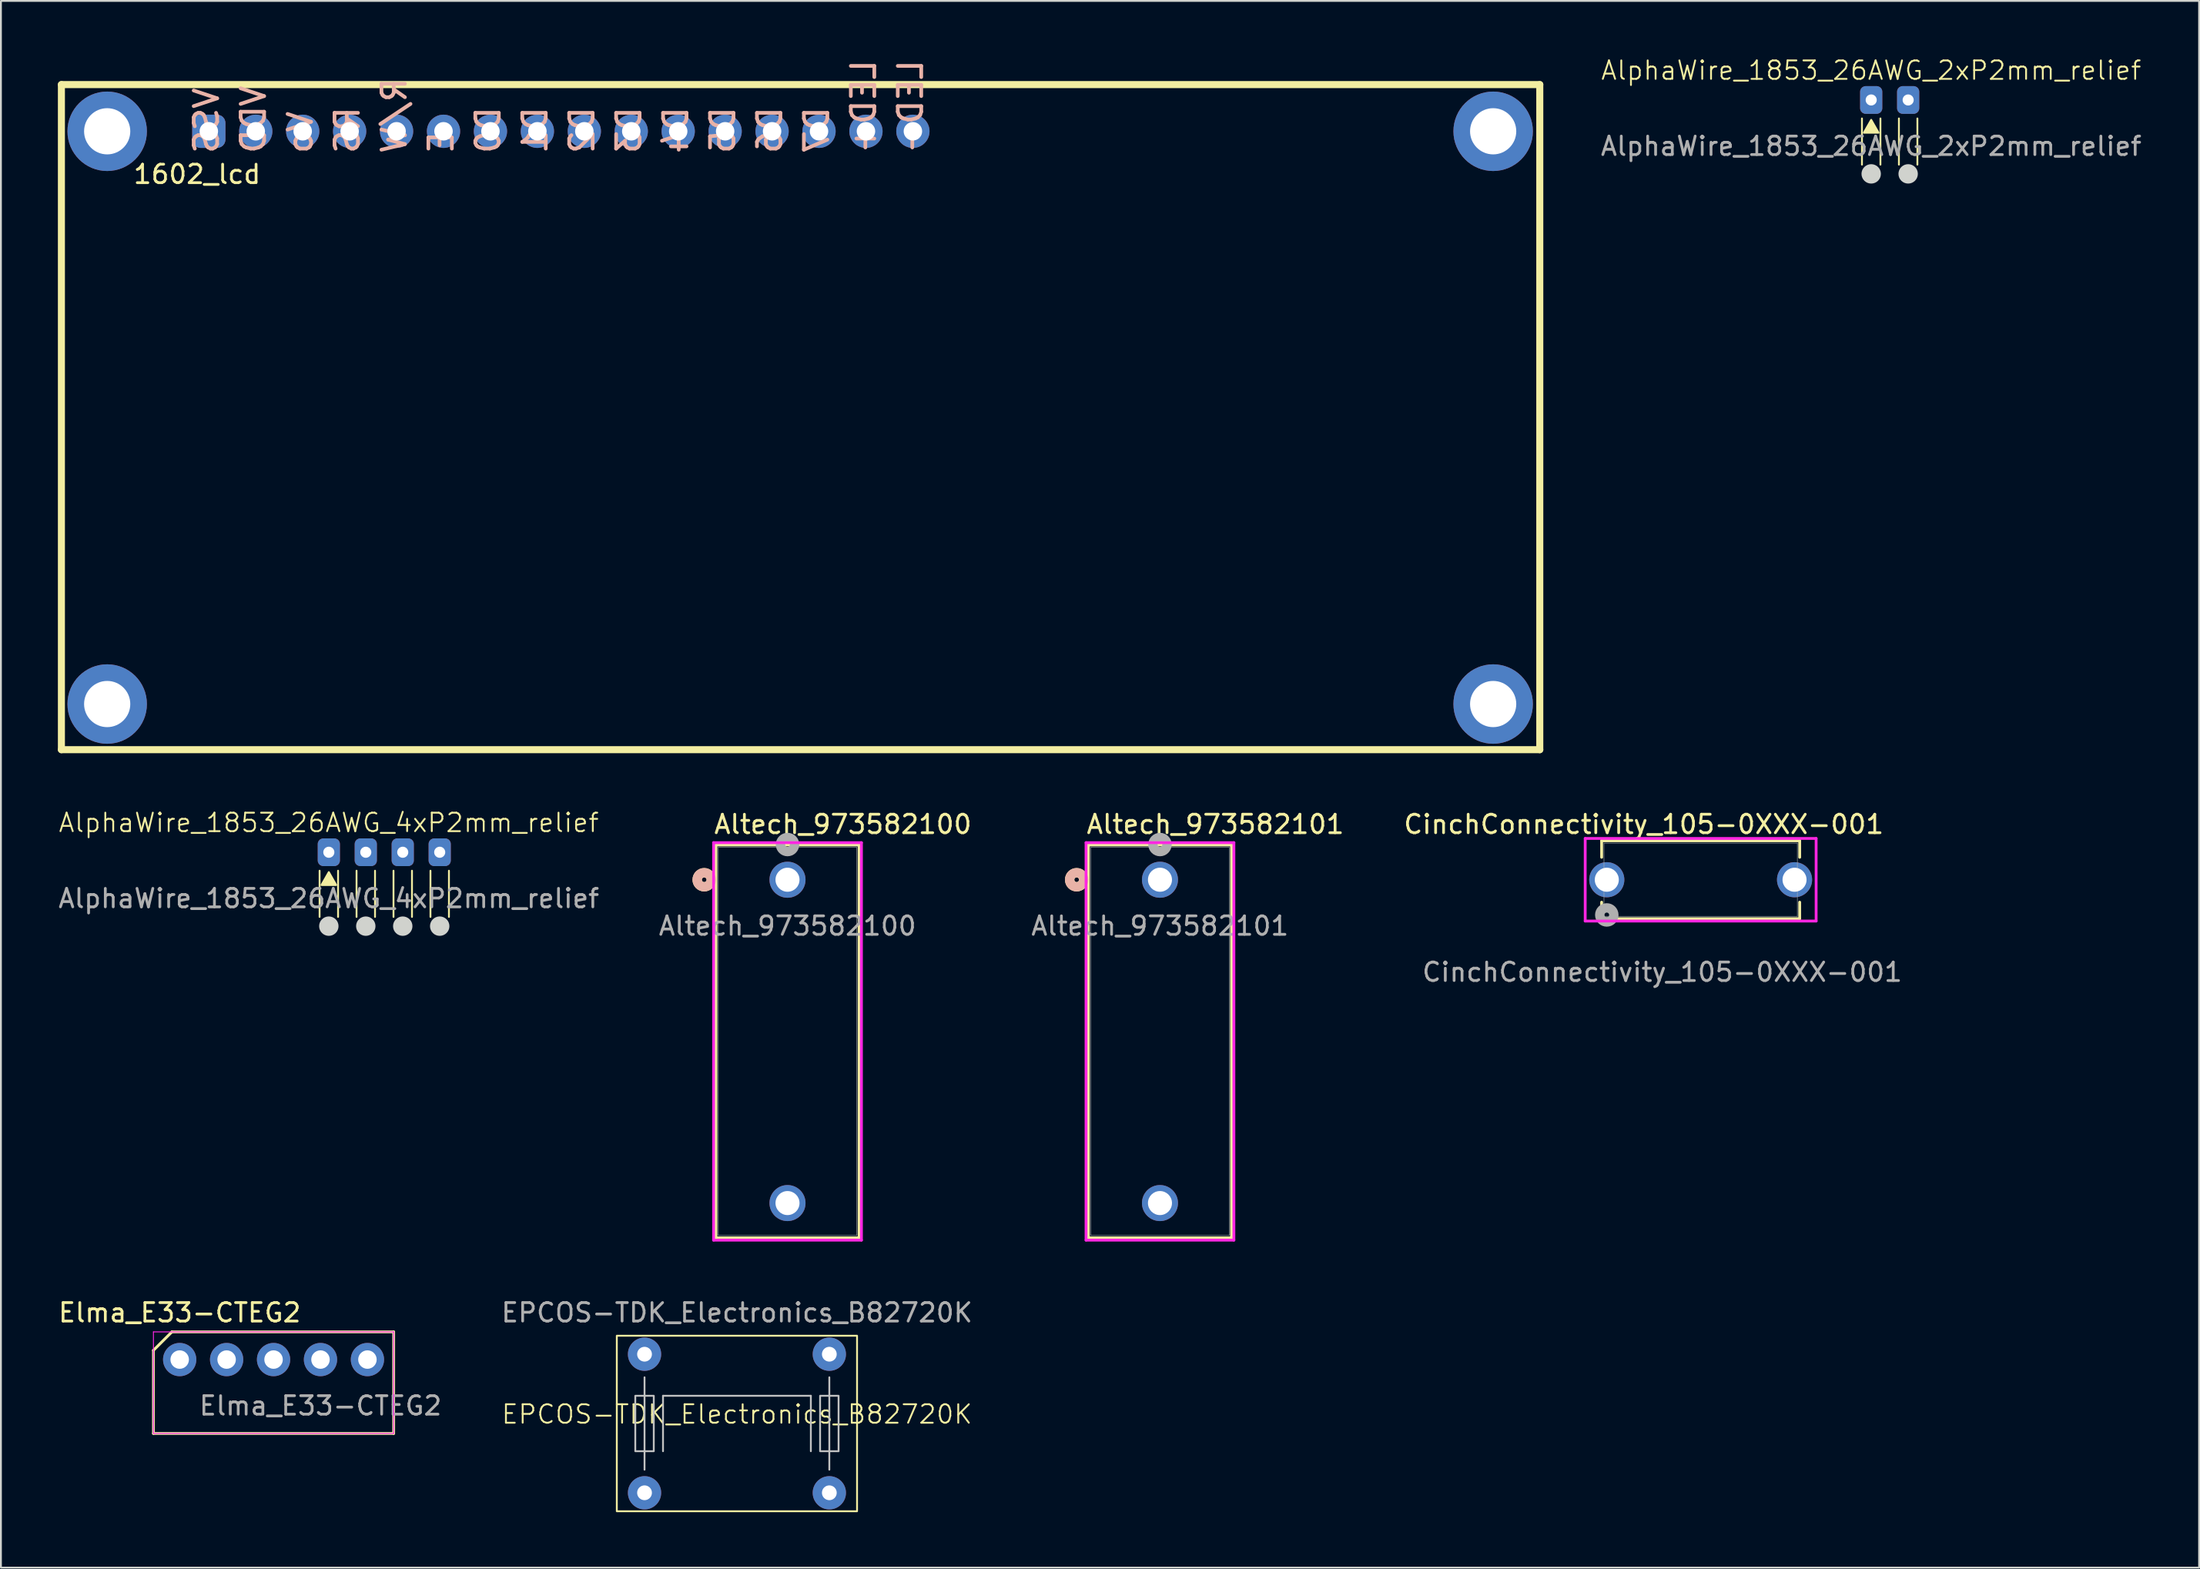
<source format=kicad_pcb>
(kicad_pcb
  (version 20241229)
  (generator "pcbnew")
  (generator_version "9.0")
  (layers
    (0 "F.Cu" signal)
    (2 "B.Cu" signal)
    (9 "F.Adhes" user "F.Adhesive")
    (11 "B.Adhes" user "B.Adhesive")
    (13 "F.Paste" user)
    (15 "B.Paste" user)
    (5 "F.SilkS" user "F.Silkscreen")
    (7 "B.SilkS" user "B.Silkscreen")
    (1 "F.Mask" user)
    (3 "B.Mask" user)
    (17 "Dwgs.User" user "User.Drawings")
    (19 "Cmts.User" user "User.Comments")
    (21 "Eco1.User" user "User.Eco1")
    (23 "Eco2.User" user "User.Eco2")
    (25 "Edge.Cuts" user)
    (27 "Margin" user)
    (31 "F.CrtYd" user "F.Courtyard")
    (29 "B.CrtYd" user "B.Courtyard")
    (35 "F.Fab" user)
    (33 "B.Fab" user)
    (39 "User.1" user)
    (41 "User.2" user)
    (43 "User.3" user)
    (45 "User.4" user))
  (footprint "AlphaWire_1853_26AWG_2xP2mm_relief"
    (layer "F.Cu")
    (at 98.207 2.361)
    (property "Reference" "AlphaWire_1853_26AWG_2xP2mm_relief" (at 0 -1.6 0) (unlocked yes) (layer "F.SilkS") (effects (font (size 1 1) (thickness 0.1))))
    (attr through_hole)
    (fp_line (start -0.5 1) (end -0.5 3.5) (stroke (width 0.1) (type default)) (layer "F.SilkS"))
    (fp_line (start 0.5 1) (end 0.5 3.5) (stroke (width 0.1) (type default)) (layer "F.SilkS"))
    (fp_line (start 1.5 1) (end 1.5 3.5) (stroke (width 0.1) (type default)) (layer "F.SilkS"))
    (fp_line (start 2.5 1) (end 2.5 3.5) (stroke (width 0.1) (type default)) (layer "F.SilkS"))
    (fp_poly (pts (xy -0.4 1.774) (xy 0.4 1.774) (xy 0 1.074)) (stroke (width 0.1) (type solid)) (fill yes) (layer "F.SilkS"))
    (fp_circle (center 0 4) (end 0.5 4) (stroke (width 0.05) (type solid)) (fill yes) (layer "Edge.Cuts"))
    (fp_circle (center 2 4) (end 2.5 4) (stroke (width 0.05) (type solid)) (fill yes) (layer "Edge.Cuts"))
    (fp_text user "${REFERENCE}" (at 0 2.5 0) (unlocked yes) (layer "F.Fab") (effects (font (size 1 1) (thickness 0.15))))
    (pad "1" thru_hole roundrect (at 0 0) (size 1.2 1.5) (drill 0.6) (layers "*.Cu" "*.Mask") (roundrect_rratio 0.25))
    (pad "2" thru_hole roundrect (at 2 0) (size 1.2 1.5) (drill 0.6) (layers "*.Cu" "*.Mask") (roundrect_rratio 0.25)))
  (footprint "Altech_973582100"
    (layer "F.Cu")
    (at 39.565 44.566)
    (property "Reference" "Altech_973582100" (at 3 -3 0) (unlocked yes) (layer "F.SilkS") (effects (font (size 1 1) (thickness 0.15))))
    (attr through_hole)
    (fp_line (start -3.873 -1.88) (end -3.873 19.38) (stroke (width 0.152) (type solid)) (layer "F.SilkS"))
    (fp_line (start -3.873 19.38) (end 3.873 19.38) (stroke (width 0.152) (type solid)) (layer "F.SilkS"))
    (fp_line (start 3.873 -1.88) (end -3.873 -1.88) (stroke (width 0.152) (type solid)) (layer "F.SilkS"))
    (fp_line (start 3.873 19.38) (end 3.873 -1.88) (stroke (width 0.152) (type solid)) (layer "F.SilkS"))
    (fp_circle (center -4.508 0) (end -4.128 0) (stroke (width 0.508) (type solid)) (fill no) (layer "F.SilkS"))
    (fp_circle (center -4.508 0) (end -4.128 0) (stroke (width 0.508) (type solid)) (fill no) (layer "B.SilkS"))
    (fp_line (start -4 -2.007) (end -4 19.507) (stroke (width 0.152) (type solid)) (layer "F.CrtYd"))
    (fp_line (start -4 19.507) (end 4 19.507) (stroke (width 0.152) (type solid)) (layer "F.CrtYd"))
    (fp_line (start 4 -2.007) (end -4 -2.007) (stroke (width 0.152) (type solid)) (layer "F.CrtYd"))
    (fp_line (start 4 19.507) (end 4 -2.007) (stroke (width 0.152) (type solid)) (layer "F.CrtYd"))
    (fp_line (start -3.747 -1.753) (end -3.747 19.253) (stroke (width 0.025) (type solid)) (layer "F.Fab"))
    (fp_line (start -3.747 19.253) (end 3.747 19.253) (stroke (width 0.025) (type solid)) (layer "F.Fab"))
    (fp_line (start 3.747 -1.753) (end -3.747 -1.753) (stroke (width 0.025) (type solid)) (layer "F.Fab"))
    (fp_line (start 3.747 19.253) (end 3.747 -1.753) (stroke (width 0.025) (type solid)) (layer "F.Fab"))
    (fp_circle (center 0 -1.905) (end 0.381 -1.905) (stroke (width 0.508) (type solid)) (fill no) (layer "F.Fab"))
    (fp_text user "${REFERENCE}" (at 0 2.5 0) (unlocked yes) (layer "F.Fab") (effects (font (size 1 1) (thickness 0.15))))
    (pad "1" thru_hole circle (at 0 0) (size 1.95 1.95) (drill 1.3) (layers "*.Cu" "*.Mask"))
    (pad "2" thru_hole circle (at 0 17.5) (size 1.95 1.95) (drill 1.3) (layers "*.Cu" "*.Mask")))
  (footprint "AlphaWire_1853_26AWG_4xP2mm_relief"
    (layer "F.Cu")
    (at 14.744 43.078)
    (property "Reference" "AlphaWire_1853_26AWG_4xP2mm_relief" (at 0 -1.6 0) (unlocked yes) (layer "F.SilkS") (effects (font (size 1 1) (thickness 0.1))))
    (attr through_hole)
    (fp_line (start -0.5 1) (end -0.5 3.5) (stroke (width 0.1) (type default)) (layer "F.SilkS"))
    (fp_line (start 0.5 1) (end 0.5 3.5) (stroke (width 0.1) (type default)) (layer "F.SilkS"))
    (fp_line (start 1.5 1) (end 1.5 3.5) (stroke (width 0.1) (type default)) (layer "F.SilkS"))
    (fp_line (start 2.5 1) (end 2.5 3.5) (stroke (width 0.1) (type default)) (layer "F.SilkS"))
    (fp_line (start 3.5 1) (end 3.5 3.5) (stroke (width 0.1) (type default)) (layer "F.SilkS"))
    (fp_line (start 4.5 1) (end 4.5 3.5) (stroke (width 0.1) (type default)) (layer "F.SilkS"))
    (fp_line (start 5.5 1) (end 5.5 3.5) (stroke (width 0.1) (type default)) (layer "F.SilkS"))
    (fp_line (start 6.5 1) (end 6.5 3.5) (stroke (width 0.1) (type default)) (layer "F.SilkS"))
    (fp_poly (pts (xy -0.4 1.774) (xy 0.4 1.774) (xy 0 1.074)) (stroke (width 0.1) (type solid)) (fill yes) (layer "F.SilkS"))
    (fp_circle (center 0 4) (end 0.5 4) (stroke (width 0.05) (type solid)) (fill yes) (layer "Edge.Cuts"))
    (fp_circle (center 2 4) (end 2.5 4) (stroke (width 0.05) (type solid)) (fill yes) (layer "Edge.Cuts"))
    (fp_circle (center 4 4) (end 4.5 4) (stroke (width 0.05) (type solid)) (fill yes) (layer "Edge.Cuts"))
    (fp_circle (center 6 4) (end 6.5 4) (stroke (width 0.05) (type solid)) (fill yes) (layer "Edge.Cuts"))
    (fp_text user "${REFERENCE}" (at 0 2.5 0) (unlocked yes) (layer "F.Fab") (effects (font (size 1 1) (thickness 0.15))))
    (pad "1" thru_hole roundrect (at 0 0) (size 1.2 1.5) (drill 0.6) (layers "*.Cu" "*.Mask") (roundrect_rratio 0.25))
    (pad "2" thru_hole roundrect (at 2 0) (size 1.2 1.5) (drill 0.6) (layers "*.Cu" "*.Mask") (roundrect_rratio 0.25))
    (pad "3" thru_hole roundrect (at 4 0) (size 1.2 1.5) (drill 0.6) (layers "*.Cu" "*.Mask") (roundrect_rratio 0.25))
    (pad "4" thru_hole roundrect (at 6 0) (size 1.2 1.5) (drill 0.6) (layers "*.Cu" "*.Mask") (roundrect_rratio 0.25)))
  (footprint "Altech_973582101"
    (layer "F.Cu")
    (at 59.72 44.566)
    (property "Reference" "Altech_973582101" (at 3 -3 0) (unlocked yes) (layer "F.SilkS") (effects (font (size 1 1) (thickness 0.15))))
    (attr through_hole)
    (fp_line (start -3.873 -1.88) (end -3.873 19.38) (stroke (width 0.152) (type solid)) (layer "F.SilkS"))
    (fp_line (start -3.873 19.38) (end 3.873 19.38) (stroke (width 0.152) (type solid)) (layer "F.SilkS"))
    (fp_line (start 3.873 -1.88) (end -3.873 -1.88) (stroke (width 0.152) (type solid)) (layer "F.SilkS"))
    (fp_line (start 3.873 19.38) (end 3.873 -1.88) (stroke (width 0.152) (type solid)) (layer "F.SilkS"))
    (fp_circle (center -4.508 0) (end -4.128 0) (stroke (width 0.508) (type solid)) (fill no) (layer "F.SilkS"))
    (fp_circle (center -4.508 0) (end -4.128 0) (stroke (width 0.508) (type solid)) (fill no) (layer "B.SilkS"))
    (fp_line (start -4 -2.007) (end -4 19.507) (stroke (width 0.152) (type solid)) (layer "F.CrtYd"))
    (fp_line (start -4 19.507) (end 4 19.507) (stroke (width 0.152) (type solid)) (layer "F.CrtYd"))
    (fp_line (start 4 -2.007) (end -4 -2.007) (stroke (width 0.152) (type solid)) (layer "F.CrtYd"))
    (fp_line (start 4 19.507) (end 4 -2.007) (stroke (width 0.152) (type solid)) (layer "F.CrtYd"))
    (fp_line (start -3.747 -1.753) (end -3.747 19.253) (stroke (width 0.025) (type solid)) (layer "F.Fab"))
    (fp_line (start -3.747 19.253) (end 3.747 19.253) (stroke (width 0.025) (type solid)) (layer "F.Fab"))
    (fp_line (start 3.747 -1.753) (end -3.747 -1.753) (stroke (width 0.025) (type solid)) (layer "F.Fab"))
    (fp_line (start 3.747 19.253) (end 3.747 -1.753) (stroke (width 0.025) (type solid)) (layer "F.Fab"))
    (fp_circle (center 0 -1.905) (end 0.381 -1.905) (stroke (width 0.508) (type solid)) (fill no) (layer "F.Fab"))
    (fp_text user "${REFERENCE}" (at 0 2.5 0) (unlocked yes) (layer "F.Fab") (effects (font (size 1 1) (thickness 0.15))))
    (pad "1" thru_hole circle (at 0 0) (size 1.95 1.95) (drill 1.3) (layers "*.Cu" "*.Mask"))
    (pad "2" thru_hole circle (at 0 17.5) (size 1.95 1.95) (drill 1.3) (layers "*.Cu" "*.Mask")))
  (footprint "Elma_E33-CTEG2"
    (layer "F.Cu")
    (at 11.753 70.537)
    (property "Reference" "Elma_E33-CTEG2" (at -5.08 -2.54 0) (unlocked yes) (layer "F.SilkS") (effects (font (size 1 1) (thickness 0.15))))
    (attr through_hole)
    (fp_line (start -6.5 -0.5) (end -6.5 4) (stroke (width 0.15) (type solid)) (layer "F.SilkS"))
    (fp_line (start -6.5 -0.5) (end -5.5 -1.5) (stroke (width 0.15) (type solid)) (layer "F.SilkS"))
    (fp_line (start -5.5 -1.5) (end 6.5 -1.5) (stroke (width 0.15) (type solid)) (layer "F.SilkS"))
    (fp_line (start 6.5 -1.5) (end 6.5 4) (stroke (width 0.15) (type solid)) (layer "F.SilkS"))
    (fp_line (start 6.5 4) (end -6.5 4) (stroke (width 0.15) (type solid)) (layer "F.SilkS"))
    (fp_line (start -6.5 -1.5) (end -6.5 4) (stroke (width 0.05) (type default)) (layer "F.CrtYd"))
    (fp_line (start -6.5 4) (end 6.5 4) (stroke (width 0.05) (type default)) (layer "F.CrtYd"))
    (fp_line (start 6.5 -1.5) (end -6.5 -1.5) (stroke (width 0.05) (type default)) (layer "F.CrtYd"))
    (fp_line (start 6.5 4) (end 6.5 -1.5) (stroke (width 0.05) (type default)) (layer "F.CrtYd"))
    (fp_text user "${REFERENCE}" (at 2.54 2.5 0) (unlocked yes) (layer "F.Fab") (effects (font (size 1 1) (thickness 0.15))))
    (pad "A" thru_hole circle (at 5.08 0) (size 1.8 1.8) (drill 1) (layers "*.Cu" "*.Mask"))
    (pad "B" thru_hole circle (at -5.08 0) (size 1.8 1.8) (drill 1) (layers "*.Cu" "*.Mask"))
    (pad "C" thru_hole circle (at 2.54 0) (size 1.8 1.8) (drill 1) (layers "*.Cu" "*.Mask"))
    (pad "S1" thru_hole circle (at -2.54 0) (size 1.8 1.8) (drill 1) (layers "*.Cu" "*.Mask"))
    (pad "S2" thru_hole circle (at 0 0) (size 1.8 1.8) (drill 1) (layers "*.Cu" "*.Mask")))
  (footprint "1602_lcd"
    (layer "F.Cu")
    (at 0.25 1.556)
    (property "Reference" "1602_lcd" (at 7.366 4.826 0) (layer "F.SilkS") (effects (font (size 1 1) (thickness 0.15))))
    (attr through_hole)
    (fp_line (start 0.023 -0.028) (end 80.023 -0.028) (stroke (width 0.381) (type solid)) (layer "F.SilkS"))
    (fp_line (start 0.023 35.971) (end 0.023 -0.028) (stroke (width 0.381) (type solid)) (layer "F.SilkS"))
    (fp_line (start 80.023 -0.028) (end 80.023 35.971) (stroke (width 0.381) (type solid)) (layer "F.SilkS"))
    (fp_line (start 80.023 35.971) (end 0.023 35.971) (stroke (width 0.381) (type solid)) (layer "F.SilkS"))
    (fp_text user "Vo" (at 12.954 3.81 270) (layer "B.SilkS") (effects (font (size 1.27 1.27) (thickness 0.2)) (justify right mirror)))
    (fp_text user "D4" (at 33.274 3.81 270) (layer "B.SilkS") (effects (font (size 1.27 1.27) (thickness 0.2)) (justify right mirror)))
    (fp_text user "VDD" (at 10.414 3.81 270) (layer "B.SilkS") (effects (font (size 1.27 1.27) (thickness 0.2)) (justify right mirror)))
    (fp_text user "D5" (at 35.814 3.81 270) (layer "B.SilkS") (effects (font (size 1.27 1.27) (thickness 0.2)) (justify right mirror)))
    (fp_text user "LED-" (at 45.974 3.81 270) (layer "B.SilkS") (effects (font (size 1.27 1.27) (thickness 0.2)) (justify right mirror)))
    (fp_text user "D6" (at 38.354 3.81 270) (layer "B.SilkS") (effects (font (size 1.27 1.27) (thickness 0.2)) (justify right mirror)))
    (fp_text user "VSS" (at 7.874 3.81 90) (layer "B.SilkS") (effects (font (size 1.27 1.27) (thickness 0.2)) (justify right mirror)))
    (fp_text user "RS" (at 15.494 3.81 270) (layer "B.SilkS") (effects (font (size 1.27 1.27) (thickness 0.2)) (justify right mirror)))
    (fp_text user "R/W" (at 18.034 3.81 270) (layer "B.SilkS") (effects (font (size 1.27 1.27) (thickness 0.2)) (justify right mirror)))
    (fp_text user "D0" (at 23.114 3.81 270) (layer "B.SilkS") (effects (font (size 1.27 1.27) (thickness 0.2)) (justify right mirror)))
    (fp_text user "LED+" (at 43.434 3.81 270) (layer "B.SilkS") (effects (font (size 1.27 1.27) (thickness 0.2)) (justify right mirror)))
    (fp_text user "D3" (at 30.734 3.81 270) (layer "B.SilkS") (effects (font (size 1.27 1.27) (thickness 0.2)) (justify right mirror)))
    (fp_text user "E" (at 20.574 3.81 270) (layer "B.SilkS") (effects (font (size 1.27 1.27) (thickness 0.2)) (justify right mirror)))
    (fp_text user "D7" (at 40.894 3.81 270) (layer "B.SilkS") (effects (font (size 1.27 1.27) (thickness 0.2)) (justify right mirror)))
    (fp_text user "D2" (at 28.194 3.81 270) (layer "B.SilkS") (effects (font (size 1.27 1.27) (thickness 0.2)) (justify right mirror)))
    (fp_text user "D1" (at 25.654 3.81 270) (layer "B.SilkS") (effects (font (size 1.27 1.27) (thickness 0.2)) (justify right mirror)))
    (pad "" thru_hole circle (at 2.5 2.5) (size 4.3 4.3) (drill 2.5) (layers "*.Cu" "*.Mask"))
    (pad "" thru_hole circle (at 2.5 33.5) (size 4.3 4.3) (drill 2.5) (layers "*.Cu" "*.Mask"))
    (pad "" thru_hole circle (at 77.5 2.5) (size 4.3 4.3) (drill 2.5) (layers "*.Cu" "*.Mask"))
    (pad "" thru_hole circle (at 77.5 33.5) (size 4.3 4.3) (drill 2.5) (layers "*.Cu" "*.Mask"))
    (pad "1" thru_hole roundrect (at 8 2.5) (size 1.8 1.8) (drill 1) (layers "*.Cu" "*.Mask") (roundrect_rratio 0.25))
    (pad "2" thru_hole circle (at 10.54 2.5) (size 1.8 1.8) (drill 1) (layers "*.Cu" "*.Mask"))
    (pad "3" thru_hole circle (at 13.08 2.5) (size 1.8 1.8) (drill 1) (layers "*.Cu" "*.Mask"))
    (pad "4" thru_hole circle (at 15.62 2.5) (size 1.8 1.8) (drill 1) (layers "*.Cu" "*.Mask"))
    (pad "5" thru_hole circle (at 18.16 2.5) (size 1.8 1.8) (drill 1) (layers "*.Cu" "*.Mask"))
    (pad "6" thru_hole circle (at 20.7 2.5) (size 1.8 1.8) (drill 1) (layers "*.Cu" "*.Mask"))
    (pad "7" thru_hole circle (at 23.24 2.5) (size 1.8 1.8) (drill 1) (layers "*.Cu" "*.Mask"))
    (pad "8" thru_hole circle (at 25.78 2.5) (size 1.8 1.8) (drill 1) (layers "*.Cu" "*.Mask"))
    (pad "9" thru_hole circle (at 28.32 2.5) (size 1.8 1.8) (drill 1) (layers "*.Cu" "*.Mask"))
    (pad "10" thru_hole circle (at 30.86 2.5) (size 1.8 1.8) (drill 1) (layers "*.Cu" "*.Mask"))
    (pad "11" thru_hole circle (at 33.4 2.5) (size 1.8 1.8) (drill 1) (layers "*.Cu" "*.Mask"))
    (pad "12" thru_hole circle (at 35.94 2.5) (size 1.8 1.8) (drill 1) (layers "*.Cu" "*.Mask"))
    (pad "13" thru_hole circle (at 38.48 2.5) (size 1.8 1.8) (drill 1) (layers "*.Cu" "*.Mask"))
    (pad "14" thru_hole circle (at 41.02 2.5) (size 1.8 1.8) (drill 1) (layers "*.Cu" "*.Mask"))
    (pad "15" thru_hole circle (at 43.56 2.5) (size 1.8 1.8) (drill 1) (layers "*.Cu" "*.Mask"))
    (pad "16" thru_hole circle (at 46.1 2.5) (size 1.8 1.8) (drill 1) (layers "*.Cu" "*.Mask")))
  (footprint "CinchConnectivity_105-0XXX-001"
    (layer "F.Cu")
    (at 83.899 44.566)
    (property "Reference" "CinchConnectivity_105-0XXX-001" (at 2 -3 0) (unlocked yes) (layer "F.SilkS") (effects (font (size 1 1) (thickness 0.15))))
    (attr through_hole)
    (fp_line (start -0.279 -2.108) (end -0.279 -1.215) (stroke (width 0.152) (type solid)) (layer "F.SilkS"))
    (fp_line (start -0.279 1.215) (end -0.279 2.108) (stroke (width 0.152) (type solid)) (layer "F.SilkS"))
    (fp_line (start -0.279 2.108) (end 10.439 2.108) (stroke (width 0.152) (type solid)) (layer "F.SilkS"))
    (fp_line (start 10.439 -2.108) (end -0.279 -2.108) (stroke (width 0.152) (type solid)) (layer "F.SilkS"))
    (fp_line (start 10.439 -1.215) (end 10.439 -2.108) (stroke (width 0.152) (type solid)) (layer "F.SilkS"))
    (fp_line (start 10.439 2.108) (end 10.439 1.215) (stroke (width 0.152) (type solid)) (layer "F.SilkS"))
    (fp_line (start -1.168 -2.235) (end -1.168 2.235) (stroke (width 0.152) (type solid)) (layer "F.CrtYd"))
    (fp_line (start -1.168 2.235) (end 11.328 2.235) (stroke (width 0.152) (type solid)) (layer "F.CrtYd"))
    (fp_line (start 11.328 -2.235) (end -1.168 -2.235) (stroke (width 0.152) (type solid)) (layer "F.CrtYd"))
    (fp_line (start 11.328 2.235) (end 11.328 -2.235) (stroke (width 0.152) (type solid)) (layer "F.CrtYd"))
    (fp_line (start -0.152 -1.981) (end -0.152 1.981) (stroke (width 0.025) (type solid)) (layer "F.Fab"))
    (fp_line (start -0.152 1.981) (end 10.312 1.981) (stroke (width 0.025) (type solid)) (layer "F.Fab"))
    (fp_line (start 10.312 -1.981) (end -0.152 -1.981) (stroke (width 0.025) (type solid)) (layer "F.Fab"))
    (fp_line (start 10.312 1.981) (end 10.312 -1.981) (stroke (width 0.025) (type solid)) (layer "F.Fab"))
    (fp_circle (center 0 1.905) (end 0.381 1.905) (stroke (width 0.508) (type solid)) (fill no) (layer "F.Fab"))
    (fp_text user "${REFERENCE}" (at 3 5 0) (unlocked yes) (layer "F.Fab") (effects (font (size 1 1) (thickness 0.15))))
    (pad "1" thru_hole circle (at 0 0) (size 1.9 1.9) (drill 1.3) (layers "*.Cu" "*.Mask"))
    (pad "2" thru_hole circle (at 10.16 0) (size 1.9 1.9) (drill 1.3) (layers "*.Cu" "*.Mask")))
  (footprint "EPCOS-TDK_Electronics_B82720K"
    (layer "F.Cu")
    (at 36.828 73.997)
    (property "Reference" "EPCOS-TDK_Electronics_B82720K" (at 0 -0.5 0) (unlocked yes) (layer "F.SilkS") (effects (font (size 1 1) (thickness 0.1))))
    (attr through_hole)
    (fp_rect (start -6.5 -4.75) (end 6.5 4.75) (stroke (width 0.1) (type default)) (fill no) (layer "F.SilkS"))
    (fp_line (start -5 -2.5) (end -5 2.5) (stroke (width 0.1) (type default)) (layer "Dwgs.User"))
    (fp_line (start -4 -1.5) (end 4 -1.5) (stroke (width 0.1) (type default)) (layer "Dwgs.User"))
    (fp_line (start -4 1.5) (end -4 -1.5) (stroke (width 0.1) (type default)) (layer "Dwgs.User"))
    (fp_line (start 4 -1.5) (end 4 1.5) (stroke (width 0.1) (type default)) (layer "Dwgs.User"))
    (fp_line (start 5 -2.5) (end 5 2.5) (stroke (width 0.1) (type default)) (layer "Dwgs.User"))
    (fp_rect (start -5.5 -1.5) (end -4.5 1.5) (stroke (width 0.1) (type solid)) (fill no) (layer "Dwgs.User"))
    (fp_rect (start 4.5 -1.5) (end 5.5 1.5) (stroke (width 0.1) (type solid)) (fill no) (layer "Dwgs.User"))
    (fp_text user "${REFERENCE}" (at 0 -6 0) (unlocked yes) (layer "F.Fab") (effects (font (size 1 1) (thickness 0.15))))
    (pad "1" thru_hole circle (at -5 -3.75) (size 1.8 1.8) (drill 0.8) (layers "*.Cu" "*.Mask"))
    (pad "2" thru_hole circle (at 5 -3.75) (size 1.8 1.8) (drill 0.8) (layers "*.Cu" "*.Mask"))
    (pad "3" thru_hole circle (at 5 3.75) (size 1.8 1.8) (drill 0.8) (layers "*.Cu" "*.Mask"))
    (pad "4" thru_hole circle (at -5 3.75) (size 1.8 1.8) (drill 0.8) (layers "*.Cu" "*.Mask")))
  (gr_rect
    (start -3 -3)
    (end 115.951 81.797)
    (stroke (width 0.1) (type default))
    (fill no)
    (layer "Edge.Cuts")))
</source>
